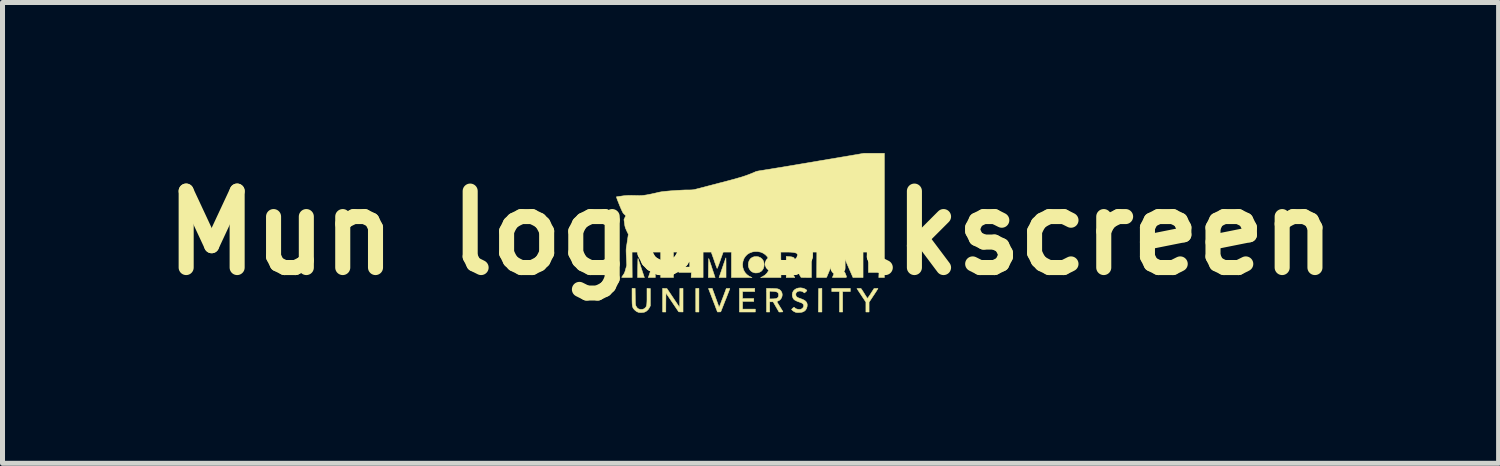
<source format=kicad_pcb>
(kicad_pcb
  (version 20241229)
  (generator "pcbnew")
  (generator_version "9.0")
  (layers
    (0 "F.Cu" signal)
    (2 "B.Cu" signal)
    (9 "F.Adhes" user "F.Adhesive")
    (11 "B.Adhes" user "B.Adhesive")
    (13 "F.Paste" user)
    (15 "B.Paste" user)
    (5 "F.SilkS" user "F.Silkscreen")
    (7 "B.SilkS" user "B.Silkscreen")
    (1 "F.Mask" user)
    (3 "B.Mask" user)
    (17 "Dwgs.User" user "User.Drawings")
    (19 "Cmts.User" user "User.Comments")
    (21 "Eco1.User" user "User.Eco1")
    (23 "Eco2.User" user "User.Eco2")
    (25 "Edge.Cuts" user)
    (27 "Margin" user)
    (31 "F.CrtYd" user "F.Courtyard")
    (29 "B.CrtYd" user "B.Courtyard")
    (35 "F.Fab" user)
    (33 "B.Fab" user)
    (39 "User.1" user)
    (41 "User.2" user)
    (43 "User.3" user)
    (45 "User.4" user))
  (footprint "Mun logo silkscreen"
    (layer "F.Cu")
    (at 11.909 1.593)
    (property "Reference" "Mun logo silkscreen" (at 0 0 0) (layer "F.SilkS") (effects (font (size 1.524 1.524) (thickness 0.3))))
    (attr through_hole)
    (fp_poly (pts (xy -1.029 1.575) (xy -1.092 1.575) (xy -1.092 1.105) (xy -1.029 1.105) (xy -1.029 1.575)) (stroke (width 0.01) (type solid)) (fill yes) (layer "F.SilkS"))
    (fp_poly (pts (xy 0.741 0.68) (xy 0.772 0.68) (xy 0.826 0.784) (xy 0.881 0.889) (xy 0.711 0.889) (xy 0.711 0.679) (xy 0.741 0.68)) (stroke (width 0.01) (type solid)) (fill yes) (layer "F.SilkS"))
    (fp_poly (pts (xy 1.422 1.575) (xy 1.352 1.575) (xy 1.354 1.341) (xy 1.356 1.108) (xy 1.389 1.106) (xy 1.422 1.104) (xy 1.422 1.575)) (stroke (width 0.01) (type solid)) (fill yes) (layer "F.SilkS"))
    (fp_poly (pts (xy 1.988 1.168) (xy 1.835 1.168) (xy 1.835 1.575) (xy 1.772 1.575) (xy 1.772 1.168) (xy 1.619 1.168) (xy 1.619 1.105) (xy 1.988 1.105) (xy 1.988 1.168)) (stroke (width 0.01) (type solid)) (fill yes) (layer "F.SilkS"))
    (fp_poly (pts (xy 0.083 1.168) (xy -0.159 1.168) (xy -0.159 1.308) (xy 0.064 1.308) (xy 0.064 1.365) (xy -0.159 1.365) (xy -0.159 1.518) (xy 0.095 1.518) (xy 0.095 1.575) (xy -0.222 1.575) (xy -0.222 1.105) (xy 0.083 1.105) (xy 0.083 1.168)) (stroke (width 0.01) (type solid)) (fill yes) (layer "F.SilkS"))
    (fp_poly (pts (xy -1.71 1.106) (xy -1.667 1.108) (xy -1.413 1.487) (xy -1.411 1.296) (xy -1.41 1.105) (xy -1.346 1.105) (xy -1.346 1.575) (xy -1.389 1.574) (xy -1.432 1.572) (xy -1.686 1.197) (xy -1.688 1.386) (xy -1.689 1.575) (xy -1.753 1.575) (xy -1.753 1.104) (xy -1.71 1.106)) (stroke (width 0.01) (type solid)) (fill yes) (layer "F.SilkS"))
    (fp_poly (pts (xy 0.77 0.471) (xy 0.814 0.476) (xy 0.846 0.484) (xy 0.866 0.496) (xy 0.872 0.505) (xy 0.876 0.532) (xy 0.869 0.558) (xy 0.861 0.57) (xy 0.854 0.578) (xy 0.846 0.583) (xy 0.834 0.586) (xy 0.817 0.588) (xy 0.791 0.589) (xy 0.778 0.59) (xy 0.711 0.592) (xy 0.711 0.468) (xy 0.77 0.471)) (stroke (width 0.01) (type solid)) (fill yes) (layer "F.SilkS"))
    (fp_poly (pts (xy -2.24 0.516) (xy -2.234 0.535) (xy -2.225 0.563) (xy -2.213 0.598) (xy -2.199 0.638) (xy -2.184 0.684) (xy -2.178 0.703) (xy -2.116 0.889) (xy -2.251 0.889) (xy -2.249 0.694) (xy -2.248 0.646) (xy -2.247 0.603) (xy -2.247 0.566) (xy -2.246 0.537) (xy -2.245 0.518) (xy -2.244 0.508) (xy -2.243 0.508) (xy -2.24 0.516)) (stroke (width 0.01) (type solid)) (fill yes) (layer "F.SilkS"))
    (fp_poly (pts (xy -1.903 0.51) (xy -1.901 0.526) (xy -1.9 0.551) (xy -1.9 0.586) (xy -1.899 0.627) (xy -1.899 0.674) (xy -1.899 0.694) (xy -1.899 0.889) (xy -2.038 0.889) (xy -1.974 0.7) (xy -1.958 0.653) (xy -1.943 0.611) (xy -1.93 0.573) (xy -1.919 0.542) (xy -1.91 0.52) (xy -1.905 0.507) (xy -1.904 0.505) (xy -1.903 0.51)) (stroke (width 0.01) (type solid)) (fill yes) (layer "F.SilkS"))
    (fp_poly (pts (xy -0.831 0.516) (xy -0.824 0.535) (xy -0.815 0.563) (xy -0.803 0.598) (xy -0.789 0.638) (xy -0.774 0.684) (xy -0.768 0.703) (xy -0.706 0.889) (xy -0.841 0.889) (xy -0.839 0.694) (xy -0.839 0.646) (xy -0.838 0.603) (xy -0.837 0.566) (xy -0.836 0.537) (xy -0.835 0.518) (xy -0.834 0.508) (xy -0.833 0.508) (xy -0.831 0.516)) (stroke (width 0.01) (type solid)) (fill yes) (layer "F.SilkS"))
    (fp_poly (pts (xy -0.491 0.501) (xy -0.49 0.518) (xy -0.49 0.544) (xy -0.489 0.579) (xy -0.489 0.62) (xy -0.489 0.667) (xy -0.489 0.691) (xy -0.489 0.889) (xy -0.628 0.889) (xy -0.561 0.694) (xy -0.545 0.647) (xy -0.53 0.603) (xy -0.517 0.566) (xy -0.506 0.535) (xy -0.498 0.512) (xy -0.493 0.499) (xy -0.492 0.496) (xy -0.491 0.501)) (stroke (width 0.01) (type solid)) (fill yes) (layer "F.SilkS"))
    (fp_poly (pts (xy 1.893 0.82) (xy 1.902 0.843) (xy 1.909 0.86) (xy 1.913 0.872) (xy 1.911 0.88) (xy 1.904 0.885) (xy 1.889 0.888) (xy 1.865 0.889) (xy 1.831 0.889) (xy 1.786 0.889) (xy 1.775 0.889) (xy 1.734 0.889) (xy 1.698 0.889) (xy 1.667 0.888) (xy 1.646 0.888) (xy 1.634 0.887) (xy 1.632 0.887) (xy 1.634 0.881) (xy 1.64 0.865) (xy 1.649 0.844) (xy 1.654 0.831) (xy 1.675 0.778) (xy 1.875 0.778) (xy 1.893 0.82)) (stroke (width 0.01) (type solid)) (fill yes) (layer "F.SilkS"))
    (fp_poly (pts (xy 1.775 0.536) (xy 1.782 0.549) (xy 1.791 0.569) (xy 1.802 0.593) (xy 1.812 0.618) (xy 1.822 0.642) (xy 1.83 0.663) (xy 1.834 0.677) (xy 1.835 0.681) (xy 1.829 0.683) (xy 1.813 0.685) (xy 1.79 0.686) (xy 1.775 0.686) (xy 1.744 0.685) (xy 1.723 0.683) (xy 1.715 0.68) (xy 1.714 0.679) (xy 1.717 0.67) (xy 1.723 0.653) (xy 1.731 0.63) (xy 1.741 0.604) (xy 1.751 0.578) (xy 1.76 0.555) (xy 1.767 0.539) (xy 1.771 0.532) (xy 1.775 0.536)) (stroke (width 0.01) (type solid)) (fill yes) (layer "F.SilkS"))
    (fp_poly (pts (xy 0.118 0.47) (xy 0.16 0.476) (xy 0.197 0.492) (xy 0.227 0.516) (xy 0.25 0.547) (xy 0.265 0.583) (xy 0.271 0.623) (xy 0.268 0.665) (xy 0.255 0.707) (xy 0.241 0.733) (xy 0.216 0.761) (xy 0.183 0.781) (xy 0.145 0.794) (xy 0.103 0.797) (xy 0.078 0.794) (xy 0.042 0.782) (xy 0.012 0.763) (xy -0.008 0.743) (xy -0.029 0.709) (xy -0.042 0.67) (xy -0.045 0.628) (xy -0.04 0.586) (xy -0.026 0.548) (xy -0.003 0.515) (xy 0.009 0.504) (xy 0.04 0.484) (xy 0.075 0.473) (xy 0.118 0.47) (xy 0.118 0.47)) (stroke (width 0.01) (type solid)) (fill yes) (layer "F.SilkS"))
    (fp_poly (pts (xy 2.194 1.106) (xy 2.2 1.107) (xy 2.205 1.113) (xy 2.216 1.128) (xy 2.231 1.151) (xy 2.249 1.179) (xy 2.266 1.206) (xy 2.285 1.237) (xy 2.302 1.264) (xy 2.316 1.285) (xy 2.326 1.299) (xy 2.329 1.304) (xy 2.334 1.3) (xy 2.344 1.286) (xy 2.359 1.265) (xy 2.377 1.239) (xy 2.397 1.208) (xy 2.397 1.207) (xy 2.461 1.108) (xy 2.5 1.106) (xy 2.521 1.106) (xy 2.535 1.106) (xy 2.54 1.107) (xy 2.537 1.113) (xy 2.527 1.128) (xy 2.513 1.151) (xy 2.494 1.18) (xy 2.472 1.214) (xy 2.451 1.245) (xy 2.362 1.38) (xy 2.362 1.575) (xy 2.299 1.575) (xy 2.299 1.378) (xy 2.209 1.243) (xy 2.12 1.108) (xy 2.156 1.106) (xy 2.177 1.106) (xy 2.194 1.106)) (stroke (width 0.01) (type solid)) (fill yes) (layer "F.SilkS"))
    (fp_poly (pts (xy -0.708 1.259) (xy -0.687 1.316) (xy -0.67 1.363) (xy -0.657 1.399) (xy -0.647 1.427) (xy -0.639 1.448) (xy -0.634 1.462) (xy -0.63 1.471) (xy -0.627 1.476) (xy -0.626 1.478) (xy -0.625 1.478) (xy -0.624 1.477) (xy -0.621 1.471) (xy -0.615 1.454) (xy -0.604 1.428) (xy -0.592 1.395) (xy -0.577 1.355) (xy -0.56 1.311) (xy -0.552 1.291) (xy -0.484 1.108) (xy -0.448 1.106) (xy -0.429 1.106) (xy -0.416 1.107) (xy -0.413 1.109) (xy -0.415 1.116) (xy -0.422 1.134) (xy -0.432 1.16) (xy -0.445 1.194) (xy -0.461 1.235) (xy -0.479 1.282) (xy -0.499 1.332) (xy -0.504 1.343) (xy -0.594 1.572) (xy -0.627 1.574) (xy -0.659 1.575) (xy -0.672 1.542) (xy -0.677 1.528) (xy -0.687 1.504) (xy -0.699 1.471) (xy -0.714 1.431) (xy -0.731 1.387) (xy -0.75 1.339) (xy -0.761 1.309) (xy -0.78 1.261) (xy -0.796 1.218) (xy -0.811 1.18) (xy -0.823 1.148) (xy -0.832 1.125) (xy -0.837 1.111) (xy -0.838 1.107) (xy -0.832 1.106) (xy -0.817 1.105) (xy -0.801 1.105) (xy -0.764 1.105) (xy -0.708 1.259)) (stroke (width 0.01) (type solid)) (fill yes) (layer "F.SilkS"))
    (fp_poly (pts (xy -2.03 1.106) (xy -1.997 1.108) (xy -1.997 1.451) (xy -2.015 1.487) (xy -2.04 1.525) (xy -2.072 1.556) (xy -2.109 1.576) (xy -2.113 1.578) (xy -2.139 1.583) (xy -2.171 1.586) (xy -2.203 1.586) (xy -2.23 1.583) (xy -2.235 1.582) (xy -2.271 1.566) (xy -2.302 1.542) (xy -2.316 1.528) (xy -2.329 1.513) (xy -2.339 1.499) (xy -2.347 1.483) (xy -2.353 1.463) (xy -2.357 1.439) (xy -2.36 1.409) (xy -2.361 1.37) (xy -2.362 1.322) (xy -2.362 1.269) (xy -2.362 1.105) (xy -2.3 1.105) (xy -2.298 1.268) (xy -2.297 1.318) (xy -2.296 1.358) (xy -2.295 1.387) (xy -2.294 1.41) (xy -2.292 1.426) (xy -2.29 1.439) (xy -2.287 1.449) (xy -2.282 1.458) (xy -2.281 1.462) (xy -2.26 1.493) (xy -2.234 1.513) (xy -2.201 1.523) (xy -2.183 1.524) (xy -2.148 1.521) (xy -2.12 1.51) (xy -2.097 1.49) (xy -2.093 1.486) (xy -2.085 1.475) (xy -2.078 1.462) (xy -2.073 1.447) (xy -2.069 1.427) (xy -2.067 1.402) (xy -2.065 1.369) (xy -2.064 1.327) (xy -2.064 1.274) (xy -2.064 1.262) (xy -2.064 1.104) (xy -2.03 1.106)) (stroke (width 0.01) (type solid)) (fill yes) (layer "F.SilkS"))
    (fp_poly (pts (xy 0.427 1.106) (xy 0.474 1.108) (xy 0.511 1.11) (xy 0.539 1.114) (xy 0.561 1.121) (xy 0.578 1.13) (xy 0.593 1.142) (xy 0.605 1.155) (xy 0.623 1.186) (xy 0.631 1.22) (xy 0.629 1.256) (xy 0.618 1.29) (xy 0.599 1.32) (xy 0.573 1.344) (xy 0.548 1.356) (xy 0.533 1.363) (xy 0.526 1.369) (xy 0.525 1.37) (xy 0.529 1.378) (xy 0.538 1.394) (xy 0.552 1.416) (xy 0.569 1.444) (xy 0.581 1.464) (xy 0.6 1.495) (xy 0.617 1.522) (xy 0.631 1.544) (xy 0.639 1.559) (xy 0.642 1.563) (xy 0.644 1.57) (xy 0.641 1.573) (xy 0.629 1.574) (xy 0.608 1.575) (xy 0.607 1.575) (xy 0.567 1.575) (xy 0.508 1.473) (xy 0.45 1.372) (xy 0.381 1.372) (xy 0.381 1.575) (xy 0.318 1.575) (xy 0.318 1.314) (xy 0.381 1.314) (xy 0.43 1.314) (xy 0.458 1.313) (xy 0.485 1.311) (xy 0.504 1.308) (xy 0.505 1.308) (xy 0.533 1.297) (xy 0.551 1.277) (xy 0.558 1.249) (xy 0.559 1.241) (xy 0.556 1.215) (xy 0.549 1.195) (xy 0.534 1.181) (xy 0.51 1.172) (xy 0.477 1.166) (xy 0.444 1.164) (xy 0.381 1.16) (xy 0.381 1.314) (xy 0.318 1.314) (xy 0.318 1.104) (xy 0.427 1.106)) (stroke (width 0.01) (type solid)) (fill yes) (layer "F.SilkS"))
    (fp_poly (pts (xy 1.03 1.098) (xy 1.056 1.105) (xy 1.081 1.115) (xy 1.103 1.127) (xy 1.118 1.14) (xy 1.122 1.147) (xy 1.119 1.154) (xy 1.108 1.166) (xy 1.099 1.174) (xy 1.073 1.195) (xy 1.057 1.182) (xy 1.027 1.165) (xy 0.995 1.158) (xy 0.963 1.159) (xy 0.934 1.17) (xy 0.92 1.181) (xy 0.907 1.197) (xy 0.902 1.215) (xy 0.902 1.227) (xy 0.905 1.25) (xy 0.914 1.267) (xy 0.932 1.283) (xy 0.961 1.296) (xy 0.986 1.305) (xy 1.033 1.322) (xy 1.068 1.339) (xy 1.094 1.357) (xy 1.112 1.377) (xy 1.124 1.399) (xy 1.13 1.431) (xy 1.127 1.468) (xy 1.116 1.503) (xy 1.099 1.533) (xy 1.094 1.539) (xy 1.068 1.561) (xy 1.039 1.575) (xy 1.003 1.583) (xy 0.972 1.585) (xy 0.945 1.586) (xy 0.921 1.585) (xy 0.904 1.583) (xy 0.902 1.582) (xy 0.865 1.566) (xy 0.836 1.544) (xy 0.832 1.54) (xy 0.817 1.524) (xy 0.832 1.508) (xy 0.852 1.489) (xy 0.867 1.482) (xy 0.877 1.487) (xy 0.878 1.488) (xy 0.892 1.502) (xy 0.915 1.514) (xy 0.942 1.521) (xy 0.971 1.524) (xy 0.998 1.522) (xy 1.012 1.517) (xy 1.038 1.498) (xy 1.054 1.475) (xy 1.059 1.449) (xy 1.054 1.428) (xy 1.044 1.413) (xy 1.026 1.399) (xy 0.998 1.386) (xy 0.965 1.375) (xy 0.929 1.362) (xy 0.898 1.347) (xy 0.874 1.333) (xy 0.868 1.328) (xy 0.849 1.304) (xy 0.836 1.272) (xy 0.83 1.237) (xy 0.83 1.232) (xy 0.836 1.193) (xy 0.852 1.159) (xy 0.877 1.132) (xy 0.91 1.111) (xy 0.949 1.098) (xy 0.993 1.094) (xy 1.03 1.098)) (stroke (width 0.01) (type solid)) (fill yes) (layer "F.SilkS"))
    (fp_poly (pts (xy 2.667 0.889) (xy 2.611 0.889) (xy 2.556 0.889) (xy 2.558 0.838) (xy 2.56 0.787) (xy 2.349 0.787) (xy 2.349 0.381) (xy 2.242 0.381) (xy 2.242 0.889) (xy 2.142 0.889) (xy 2.042 0.889) (xy 1.931 0.635) (xy 1.821 0.38) (xy 1.731 0.384) (xy 1.628 0.622) (xy 1.605 0.674) (xy 1.584 0.723) (xy 1.565 0.767) (xy 1.549 0.806) (xy 1.535 0.837) (xy 1.526 0.86) (xy 1.521 0.873) (xy 1.52 0.875) (xy 1.518 0.88) (xy 1.515 0.884) (xy 1.508 0.886) (xy 1.495 0.888) (xy 1.475 0.889) (xy 1.445 0.889) (xy 1.417 0.889) (xy 1.318 0.889) (xy 1.321 0.381) (xy 1.213 0.381) (xy 1.213 0.889) (xy 1.11 0.888) (xy 1.007 0.886) (xy 0.945 0.782) (xy 0.925 0.75) (xy 0.909 0.721) (xy 0.895 0.697) (xy 0.886 0.681) (xy 0.883 0.674) (xy 0.883 0.674) (xy 0.888 0.669) (xy 0.901 0.665) (xy 0.929 0.653) (xy 0.953 0.631) (xy 0.971 0.603) (xy 0.983 0.569) (xy 0.987 0.532) (xy 0.984 0.495) (xy 0.972 0.462) (xy 0.959 0.439) (xy 0.941 0.42) (xy 0.919 0.406) (xy 0.89 0.395) (xy 0.854 0.388) (xy 0.808 0.383) (xy 0.753 0.381) (xy 0.719 0.381) (xy 0.603 0.381) (xy 0.605 0.635) (xy 0.606 0.889) (xy 0.403 0.889) (xy 0.2 0.889) (xy 0.239 0.87) (xy 0.287 0.84) (xy 0.327 0.8) (xy 0.357 0.753) (xy 0.358 0.751) (xy 0.366 0.732) (xy 0.372 0.716) (xy 0.375 0.7) (xy 0.377 0.68) (xy 0.378 0.653) (xy 0.378 0.632) (xy 0.378 0.598) (xy 0.377 0.574) (xy 0.374 0.556) (xy 0.37 0.541) (xy 0.363 0.525) (xy 0.361 0.519) (xy 0.332 0.471) (xy 0.294 0.432) (xy 0.249 0.402) (xy 0.198 0.381) (xy 0.142 0.371) (xy 0.082 0.371) (xy 0.038 0.378) (xy -0.015 0.397) (xy -0.062 0.425) (xy -0.1 0.463) (xy -0.13 0.508) (xy -0.149 0.56) (xy -0.152 0.57) (xy -0.159 0.63) (xy -0.154 0.687) (xy -0.138 0.739) (xy -0.112 0.786) (xy -0.076 0.827) (xy -0.031 0.86) (xy -0.011 0.87) (xy 0.029 0.889) (xy -0.176 0.889) (xy -0.381 0.889) (xy -0.381 0.381) (xy -0.545 0.381) (xy -0.564 0.433) (xy -0.572 0.457) (xy -0.584 0.489) (xy -0.597 0.527) (xy -0.611 0.568) (xy -0.623 0.599) (xy -0.635 0.634) (xy -0.647 0.664) (xy -0.656 0.687) (xy -0.663 0.702) (xy -0.667 0.707) (xy -0.667 0.707) (xy -0.67 0.7) (xy -0.677 0.682) (xy -0.687 0.656) (xy -0.699 0.622) (xy -0.713 0.584) (xy -0.727 0.541) (xy -0.784 0.381) (xy -0.946 0.381) (xy -0.946 0.889) (xy -1.065 0.889) (xy -1.184 0.889) (xy -1.182 0.838) (xy -1.18 0.787) (xy -1.429 0.787) (xy -1.429 0.679) (xy -1.213 0.679) (xy -1.213 0.578) (xy -1.429 0.578) (xy -1.429 0.483) (xy -1.2 0.483) (xy -1.2 0.381) (xy -1.537 0.381) (xy -1.537 0.889) (xy -1.791 0.889) (xy -1.791 0.381) (xy -1.955 0.381) (xy -1.967 0.414) (xy -1.973 0.43) (xy -1.982 0.456) (xy -1.994 0.489) (xy -2.007 0.527) (xy -2.022 0.567) (xy -2.026 0.58) (xy -2.039 0.618) (xy -2.052 0.651) (xy -2.063 0.678) (xy -2.071 0.697) (xy -2.076 0.706) (xy -2.077 0.707) (xy -2.08 0.7) (xy -2.087 0.682) (xy -2.096 0.656) (xy -2.109 0.622) (xy -2.122 0.584) (xy -2.137 0.541) (xy -2.194 0.381) (xy -2.362 0.381) (xy -2.361 0.635) (xy -2.359 0.889) (xy -2.466 0.889) (xy -2.506 0.889) (xy -2.535 0.888) (xy -2.554 0.887) (xy -2.565 0.885) (xy -2.568 0.882) (xy -2.568 0.881) (xy -2.562 0.872) (xy -2.551 0.856) (xy -2.538 0.837) (xy -2.536 0.834) (xy -2.522 0.813) (xy -2.511 0.79) (xy -2.501 0.763) (xy -2.491 0.728) (xy -2.489 0.72) (xy -2.468 0.645) (xy -2.475 0.486) (xy -2.478 0.436) (xy -2.479 0.397) (xy -2.48 0.366) (xy -2.48 0.34) (xy -2.479 0.318) (xy -2.477 0.297) (xy -2.474 0.274) (xy -2.469 0.247) (xy -2.467 0.235) (xy -2.461 0.196) (xy -2.455 0.155) (xy -2.449 0.117) (xy -2.445 0.087) (xy -2.444 0.084) (xy -2.436 0.025) (xy -2.469 -0.043) (xy -2.483 -0.075) (xy -2.494 -0.1) (xy -2.501 -0.125) (xy -2.507 -0.152) (xy -2.512 -0.187) (xy -2.512 -0.189) (xy -2.523 -0.267) (xy -2.505 -0.306) (xy -2.486 -0.344) (xy -2.517 -0.372) (xy -2.527 -0.382) (xy -2.536 -0.393) (xy -2.545 -0.406) (xy -2.554 -0.423) (xy -2.565 -0.446) (xy -2.579 -0.476) (xy -2.596 -0.517) (xy -2.6 -0.525) (xy -2.624 -0.585) (xy -2.644 -0.635) (xy -2.659 -0.673) (xy -2.668 -0.7) (xy -2.673 -0.716) (xy -2.672 -0.72) (xy -2.666 -0.722) (xy -2.648 -0.724) (xy -2.623 -0.728) (xy -2.591 -0.732) (xy -2.559 -0.737) (xy -2.521 -0.742) (xy -2.488 -0.745) (xy -2.457 -0.747) (xy -2.426 -0.749) (xy -2.392 -0.749) (xy -2.351 -0.748) (xy -2.304 -0.747) (xy -2.256 -0.746) (xy -2.218 -0.745) (xy -2.188 -0.746) (xy -2.162 -0.747) (xy -2.139 -0.749) (xy -2.115 -0.752) (xy -2.088 -0.756) (xy -2.069 -0.759) (xy -2.029 -0.767) (xy -1.981 -0.776) (xy -1.932 -0.787) (xy -1.886 -0.797) (xy -1.873 -0.8) (xy -1.842 -0.808) (xy -1.813 -0.814) (xy -1.786 -0.819) (xy -1.757 -0.823) (xy -1.725 -0.827) (xy -1.687 -0.831) (xy -1.642 -0.835) (xy -1.587 -0.84) (xy -1.568 -0.841) (xy -1.512 -0.845) (xy -1.455 -0.849) (xy -1.398 -0.852) (xy -1.344 -0.855) (xy -1.298 -0.857) (xy -1.261 -0.857) (xy -1.257 -0.857) (xy -1.216 -0.857) (xy -1.184 -0.858) (xy -1.158 -0.86) (xy -1.136 -0.862) (xy -1.114 -0.867) (xy -1.089 -0.873) (xy -1.073 -0.877) (xy -1.054 -0.882) (xy -1.024 -0.889) (xy -0.984 -0.9) (xy -0.936 -0.912) (xy -0.881 -0.927) (xy -0.819 -0.943) (xy -0.754 -0.96) (xy -0.684 -0.978) (xy -0.613 -0.997) (xy -0.6 -1) (xy -0.511 -1.023) (xy -0.433 -1.044) (xy -0.365 -1.062) (xy -0.306 -1.078) (xy -0.255 -1.093) (xy -0.21 -1.106) (xy -0.171 -1.117) (xy -0.137 -1.129) (xy -0.105 -1.139) (xy -0.077 -1.149) (xy -0.037 -1.164) (xy 0.002 -1.179) (xy 0.036 -1.193) (xy 0.063 -1.204) (xy 0.082 -1.213) (xy 0.083 -1.213) (xy 0.096 -1.219) (xy 0.11 -1.224) (xy 0.127 -1.229) (xy 0.149 -1.234) (xy 0.177 -1.239) (xy 0.214 -1.245) (xy 0.261 -1.252) (xy 0.29 -1.257) (xy 0.317 -1.261) (xy 0.355 -1.267) (xy 0.404 -1.275) (xy 0.463 -1.285) (xy 0.531 -1.296) (xy 0.607 -1.308) (xy 0.69 -1.322) (xy 0.78 -1.337) (xy 0.875 -1.353) (xy 0.974 -1.37) (xy 1.077 -1.387) (xy 1.183 -1.405) (xy 1.291 -1.423) (xy 1.358 -1.435) (xy 2.256 -1.587) (xy 2.667 -1.587) (xy 2.667 0.889)) (stroke (width 0.01) (type solid)) (fill yes) (layer "F.SilkS")))
  (gr_rect
    (start -3 -3)
    (end 26.818 6.184)
    (stroke (width 0.1) (type default))
    (fill no)
    (layer "Edge.Cuts")))
</source>
